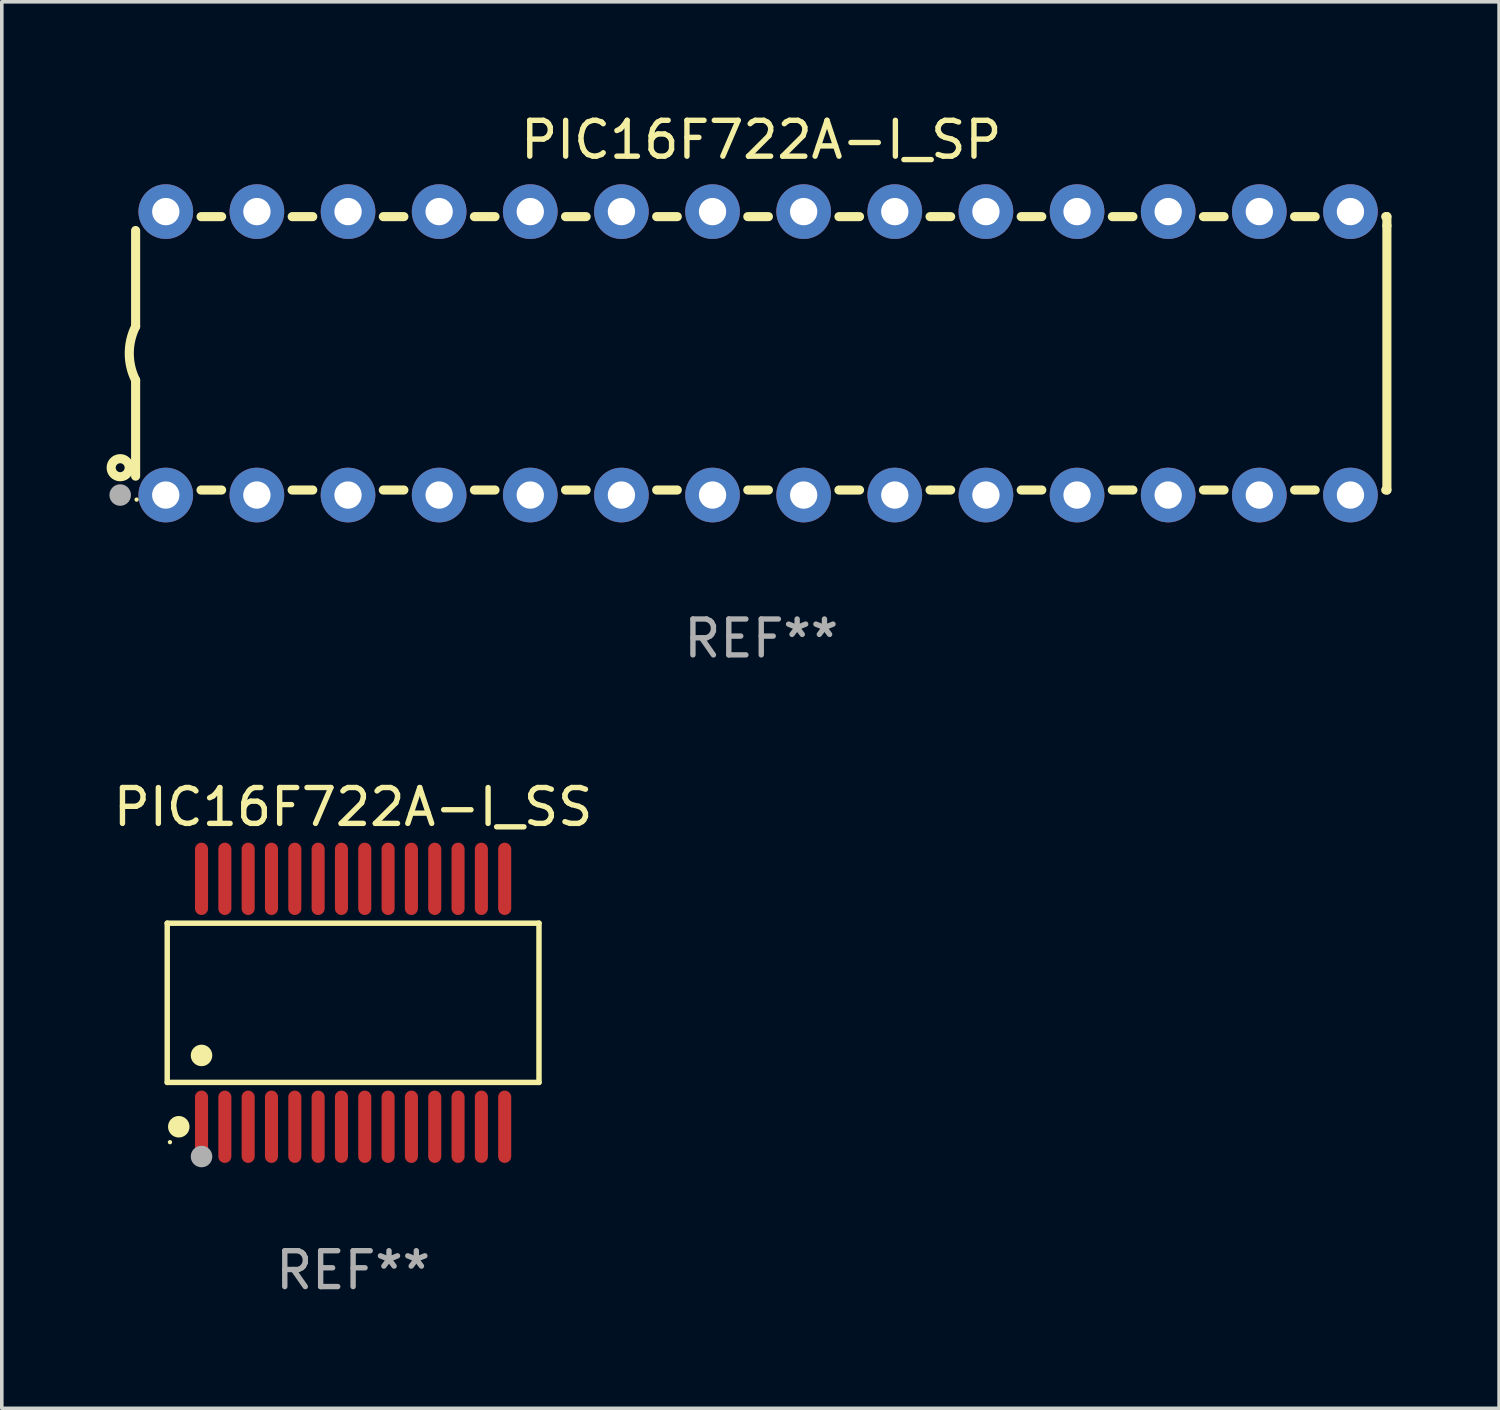
<source format=kicad_pcb>
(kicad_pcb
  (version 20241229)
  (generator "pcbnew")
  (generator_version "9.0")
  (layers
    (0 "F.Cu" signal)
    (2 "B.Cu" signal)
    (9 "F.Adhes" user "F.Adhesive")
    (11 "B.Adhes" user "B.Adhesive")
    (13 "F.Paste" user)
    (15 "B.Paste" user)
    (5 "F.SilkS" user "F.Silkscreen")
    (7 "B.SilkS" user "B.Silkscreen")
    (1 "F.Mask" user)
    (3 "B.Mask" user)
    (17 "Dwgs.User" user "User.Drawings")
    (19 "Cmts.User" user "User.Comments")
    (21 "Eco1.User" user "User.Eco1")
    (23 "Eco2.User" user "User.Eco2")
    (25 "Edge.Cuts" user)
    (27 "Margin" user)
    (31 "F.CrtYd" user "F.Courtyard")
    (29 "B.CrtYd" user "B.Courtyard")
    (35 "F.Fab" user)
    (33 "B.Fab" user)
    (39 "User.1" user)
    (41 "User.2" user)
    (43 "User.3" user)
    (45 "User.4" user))
  (footprint "PIC16F722A-I_SP"
    (layer "F.Cu")
    (at 18.168 6.798)
    (property "Reference" "PIC16F722A-I_SP" (at 0 -5.95 0) (layer "F.SilkS") (effects (font (size 1 1) (thickness 0.15))))
    (attr through_hole)
    (fp_line (start -17.438 0.75) (end -17.438 3.423) (stroke (width 0.254) (type solid)) (layer "F.SilkS"))
    (fp_line (start -17.438 -3.423) (end -17.438 -0.75) (stroke (width 0.254) (type solid)) (layer "F.SilkS"))
    (fp_line (start -15.615 3.81) (end -15.041 3.81) (stroke (width 0.254) (type solid)) (layer "F.SilkS"))
    (fp_line (start -15.041 -3.81) (end -15.614 -3.81) (stroke (width 0.254) (type solid)) (layer "F.SilkS"))
    (fp_line (start -13.075 3.81) (end -12.501 3.81) (stroke (width 0.254) (type solid)) (layer "F.SilkS"))
    (fp_line (start -12.501 -3.81) (end -13.074 -3.81) (stroke (width 0.254) (type solid)) (layer "F.SilkS"))
    (fp_line (start -10.535 3.81) (end -9.961 3.81) (stroke (width 0.254) (type solid)) (layer "F.SilkS"))
    (fp_line (start -9.961 -3.81) (end -10.534 -3.81) (stroke (width 0.254) (type solid)) (layer "F.SilkS"))
    (fp_line (start -7.995 3.81) (end -7.421 3.81) (stroke (width 0.254) (type solid)) (layer "F.SilkS"))
    (fp_line (start -7.421 -3.81) (end -7.995 -3.81) (stroke (width 0.254) (type solid)) (layer "F.SilkS"))
    (fp_line (start -5.455 3.81) (end -4.881 3.81) (stroke (width 0.254) (type solid)) (layer "F.SilkS"))
    (fp_line (start -4.881 -3.81) (end -5.455 -3.81) (stroke (width 0.254) (type solid)) (layer "F.SilkS"))
    (fp_line (start -2.915 3.81) (end -2.341 3.81) (stroke (width 0.254) (type solid)) (layer "F.SilkS"))
    (fp_line (start -2.341 -3.81) (end -2.915 -3.81) (stroke (width 0.254) (type solid)) (layer "F.SilkS"))
    (fp_line (start -0.375 3.81) (end 0.199 3.81) (stroke (width 0.254) (type solid)) (layer "F.SilkS"))
    (fp_line (start 0.199 -3.81) (end -0.375 -3.81) (stroke (width 0.254) (type solid)) (layer "F.SilkS"))
    (fp_line (start 2.165 3.81) (end 2.739 3.81) (stroke (width 0.254) (type solid)) (layer "F.SilkS"))
    (fp_line (start 2.739 -3.81) (end 2.165 -3.81) (stroke (width 0.254) (type solid)) (layer "F.SilkS"))
    (fp_line (start 4.705 3.81) (end 5.279 3.81) (stroke (width 0.254) (type solid)) (layer "F.SilkS"))
    (fp_line (start 5.279 -3.81) (end 4.705 -3.81) (stroke (width 0.254) (type solid)) (layer "F.SilkS"))
    (fp_line (start 7.245 3.81) (end 7.819 3.81) (stroke (width 0.254) (type solid)) (layer "F.SilkS"))
    (fp_line (start 7.819 -3.81) (end 7.245 -3.81) (stroke (width 0.254) (type solid)) (layer "F.SilkS"))
    (fp_line (start 9.785 3.81) (end 10.359 3.81) (stroke (width 0.254) (type solid)) (layer "F.SilkS"))
    (fp_line (start 10.359 -3.81) (end 9.785 -3.81) (stroke (width 0.254) (type solid)) (layer "F.SilkS"))
    (fp_line (start 12.325 3.81) (end 12.899 3.81) (stroke (width 0.254) (type solid)) (layer "F.SilkS"))
    (fp_line (start 12.899 -3.81) (end 12.325 -3.81) (stroke (width 0.254) (type solid)) (layer "F.SilkS"))
    (fp_line (start 14.865 3.81) (end 15.439 3.81) (stroke (width 0.254) (type solid)) (layer "F.SilkS"))
    (fp_line (start 15.439 -3.81) (end 14.865 -3.81) (stroke (width 0.254) (type solid)) (layer "F.SilkS"))
    (fp_line (start 17.405 3.81) (end 17.438 3.81) (stroke (width 0.254) (type solid)) (layer "F.SilkS"))
    (fp_line (start 17.438 -3.81) (end 17.405 -3.81) (stroke (width 0.254) (type solid)) (layer "F.SilkS"))
    (fp_line (start 17.438 -3.556) (end 17.438 -3.81) (stroke (width 0.254) (type solid)) (layer "F.SilkS"))
    (fp_line (start 17.438 3.81) (end 17.438 -3.556) (stroke (width 0.254) (type solid)) (layer "F.SilkS"))
    (fp_arc (start -17.437986 0.749657) (mid -17.614887 -0.000024) (end -17.437783 -0.749657) (stroke (width 0.254001) (type solid)) (layer "F.SilkS"))
    (fp_circle (center -17.868 3.188) (end -17.743 3.188) (stroke (width 0.254) (type solid)) (fill no) (layer "F.SilkS"))
    (fp_circle (center -17.411 4.077) (end -17.381 4.077) (stroke (width 0.06) (type solid)) (fill no) (layer "F.SilkS"))
    (fp_circle (center -17.868 3.95) (end -17.718 3.95) (stroke (width 0.3) (type solid)) (fill no) (layer "F.Fab"))
    (fp_text user "REF**" (at 0 7.95 0) (layer "F.Fab") (effects (font (size 1 1) (thickness 0.15))))
    (pad "1" thru_hole circle (at -16.598 3.95) (size 1.524 1.524) (drill 0.762) (layers "*.Cu" "*.Mask"))
    (pad "2" thru_hole circle (at -14.058 3.95) (size 1.524 1.524) (drill 0.762) (layers "*.Cu" "*.Mask"))
    (pad "3" thru_hole circle (at -11.518 3.95) (size 1.524 1.524) (drill 0.762) (layers "*.Cu" "*.Mask"))
    (pad "4" thru_hole circle (at -8.978 3.95) (size 1.524 1.524) (drill 0.762) (layers "*.Cu" "*.Mask"))
    (pad "5" thru_hole circle (at -6.438 3.95) (size 1.524 1.524) (drill 0.762) (layers "*.Cu" "*.Mask"))
    (pad "6" thru_hole circle (at -3.898 3.95) (size 1.524 1.524) (drill 0.762) (layers "*.Cu" "*.Mask"))
    (pad "7" thru_hole circle (at -1.358 3.95) (size 1.524 1.524) (drill 0.762) (layers "*.Cu" "*.Mask"))
    (pad "8" thru_hole circle (at 1.182 3.95) (size 1.524 1.524) (drill 0.762) (layers "*.Cu" "*.Mask"))
    (pad "9" thru_hole circle (at 3.722 3.95) (size 1.524 1.524) (drill 0.762) (layers "*.Cu" "*.Mask"))
    (pad "10" thru_hole circle (at 6.262 3.95) (size 1.524 1.524) (drill 0.762) (layers "*.Cu" "*.Mask"))
    (pad "11" thru_hole circle (at 8.802 3.95) (size 1.524 1.524) (drill 0.762) (layers "*.Cu" "*.Mask"))
    (pad "12" thru_hole circle (at 11.342 3.95) (size 1.524 1.524) (drill 0.762) (layers "*.Cu" "*.Mask"))
    (pad "13" thru_hole circle (at 13.882 3.95) (size 1.524 1.524) (drill 0.762) (layers "*.Cu" "*.Mask"))
    (pad "14" thru_hole circle (at 16.422 3.95) (size 1.524 1.524) (drill 0.762) (layers "*.Cu" "*.Mask"))
    (pad "15" thru_hole circle (at 16.422 -3.95) (size 1.524 1.524) (drill 0.762) (layers "*.Cu" "*.Mask"))
    (pad "16" thru_hole circle (at 13.882 -3.95) (size 1.524 1.524) (drill 0.762) (layers "*.Cu" "*.Mask"))
    (pad "17" thru_hole circle (at 11.342 -3.95) (size 1.524 1.524) (drill 0.762) (layers "*.Cu" "*.Mask"))
    (pad "18" thru_hole circle (at 8.802 -3.95) (size 1.524 1.524) (drill 0.762) (layers "*.Cu" "*.Mask"))
    (pad "19" thru_hole circle (at 6.262 -3.95) (size 1.524 1.524) (drill 0.762) (layers "*.Cu" "*.Mask"))
    (pad "20" thru_hole circle (at 3.722 -3.95) (size 1.524 1.524) (drill 0.762) (layers "*.Cu" "*.Mask"))
    (pad "21" thru_hole circle (at 1.182 -3.95) (size 1.524 1.524) (drill 0.762) (layers "*.Cu" "*.Mask"))
    (pad "22" thru_hole circle (at -1.358 -3.95) (size 1.524 1.524) (drill 0.762) (layers "*.Cu" "*.Mask"))
    (pad "23" thru_hole circle (at -3.898 -3.95) (size 1.524 1.524) (drill 0.762) (layers "*.Cu" "*.Mask"))
    (pad "24" thru_hole circle (at -6.438 -3.95) (size 1.524 1.524) (drill 0.762) (layers "*.Cu" "*.Mask"))
    (pad "25" thru_hole circle (at -8.978 -3.95) (size 1.524 1.524) (drill 0.762) (layers "*.Cu" "*.Mask"))
    (pad "26" thru_hole circle (at -11.517 -3.95) (size 1.524 1.524) (drill 0.762) (layers "*.Cu" "*.Mask"))
    (pad "27" thru_hole circle (at -14.057 -3.95) (size 1.524 1.524) (drill 0.762) (layers "*.Cu" "*.Mask"))
    (pad "28" thru_hole circle (at -16.597 -3.95) (size 1.524 1.524) (drill 0.762) (layers "*.Cu" "*.Mask")))
  (footprint "PIC16F722A-I_SS"
    (layer "F.Cu")
    (at 6.792 24.9)
    (property "Reference" "PIC16F722A-I_SS" (at 0 -5.455 0) (layer "F.SilkS") (effects (font (size 1 1) (thickness 0.15))))
    (attr through_hole)
    (fp_line (start -5.181 -2.219) (end 5.181 -2.219) (stroke (width 0.152) (type solid)) (layer "F.SilkS"))
    (fp_line (start -5.181 2.219) (end -5.181 -2.219) (stroke (width 0.152) (type solid)) (layer "F.SilkS"))
    (fp_line (start 5.181 -2.219) (end 5.181 2.219) (stroke (width 0.152) (type solid)) (layer "F.SilkS"))
    (fp_line (start 5.181 2.219) (end -5.181 2.219) (stroke (width 0.152) (type solid)) (layer "F.SilkS"))
    (fp_circle (center -5.105 3.885) (end -5.075 3.885) (stroke (width 0.06) (type solid)) (fill no) (layer "F.SilkS"))
    (fp_circle (center -4.859 3.455) (end -4.709 3.455) (stroke (width 0.3) (type solid)) (fill no) (layer "F.SilkS"))
    (fp_circle (center -4.225 1.467) (end -4.075 1.467) (stroke (width 0.3) (type solid)) (fill no) (layer "F.SilkS"))
    (fp_circle (center -4.225 4.285) (end -4.075 4.285) (stroke (width 0.3) (type solid)) (fill no) (layer "F.Fab"))
    (fp_text user "REF**" (at 0 7.455 0) (layer "F.Fab") (effects (font (size 1 1) (thickness 0.15))))
    (pad "1" smd oval (at -4.225 3.455) (size 0.364 2.015) (layers "F.Cu" "F.Mask" "F.Paste"))
    (pad "2" smd oval (at -3.575 3.455) (size 0.364 2.015) (layers "F.Cu" "F.Mask" "F.Paste"))
    (pad "3" smd oval (at -2.925 3.455) (size 0.364 2.015) (layers "F.Cu" "F.Mask" "F.Paste"))
    (pad "4" smd oval (at -2.275 3.455) (size 0.364 2.015) (layers "F.Cu" "F.Mask" "F.Paste"))
    (pad "5" smd oval (at -1.625 3.455) (size 0.364 2.015) (layers "F.Cu" "F.Mask" "F.Paste"))
    (pad "6" smd oval (at -0.975 3.455) (size 0.364 2.015) (layers "F.Cu" "F.Mask" "F.Paste"))
    (pad "7" smd oval (at -0.325 3.455) (size 0.364 2.015) (layers "F.Cu" "F.Mask" "F.Paste"))
    (pad "8" smd oval (at 0.325 3.455) (size 0.364 2.015) (layers "F.Cu" "F.Mask" "F.Paste"))
    (pad "9" smd oval (at 0.975 3.455) (size 0.364 2.015) (layers "F.Cu" "F.Mask" "F.Paste"))
    (pad "10" smd oval (at 1.625 3.455) (size 0.364 2.015) (layers "F.Cu" "F.Mask" "F.Paste"))
    (pad "11" smd oval (at 2.275 3.455) (size 0.364 2.015) (layers "F.Cu" "F.Mask" "F.Paste"))
    (pad "12" smd oval (at 2.925 3.455) (size 0.364 2.015) (layers "F.Cu" "F.Mask" "F.Paste"))
    (pad "13" smd oval (at 3.575 3.455) (size 0.364 2.015) (layers "F.Cu" "F.Mask" "F.Paste"))
    (pad "14" smd oval (at 4.225 3.455) (size 0.364 2.015) (layers "F.Cu" "F.Mask" "F.Paste"))
    (pad "15" smd oval (at 4.225 -3.455) (size 0.364 2.015) (layers "F.Cu" "F.Mask" "F.Paste"))
    (pad "16" smd oval (at 3.575 -3.455) (size 0.364 2.015) (layers "F.Cu" "F.Mask" "F.Paste"))
    (pad "17" smd oval (at 2.925 -3.455) (size 0.364 2.015) (layers "F.Cu" "F.Mask" "F.Paste"))
    (pad "18" smd oval (at 2.275 -3.455) (size 0.364 2.015) (layers "F.Cu" "F.Mask" "F.Paste"))
    (pad "19" smd oval (at 1.625 -3.455) (size 0.364 2.015) (layers "F.Cu" "F.Mask" "F.Paste"))
    (pad "20" smd oval (at 0.975 -3.455) (size 0.364 2.015) (layers "F.Cu" "F.Mask" "F.Paste"))
    (pad "21" smd oval (at 0.325 -3.455) (size 0.364 2.015) (layers "F.Cu" "F.Mask" "F.Paste"))
    (pad "22" smd oval (at -0.325 -3.455) (size 0.364 2.015) (layers "F.Cu" "F.Mask" "F.Paste"))
    (pad "23" smd oval (at -0.975 -3.455) (size 0.364 2.015) (layers "F.Cu" "F.Mask" "F.Paste"))
    (pad "24" smd oval (at -1.625 -3.455) (size 0.364 2.015) (layers "F.Cu" "F.Mask" "F.Paste"))
    (pad "25" smd oval (at -2.275 -3.455) (size 0.364 2.015) (layers "F.Cu" "F.Mask" "F.Paste"))
    (pad "26" smd oval (at -2.925 -3.455) (size 0.364 2.015) (layers "F.Cu" "F.Mask" "F.Paste"))
    (pad "27" smd oval (at -3.575 -3.455) (size 0.364 2.015) (layers "F.Cu" "F.Mask" "F.Paste"))
    (pad "28" smd oval (at -4.225 -3.455) (size 0.364 2.015) (layers "F.Cu" "F.Mask" "F.Paste")))
  (gr_rect
    (start -3 -3)
    (end 38.733 36.203)
    (stroke (width 0.1) (type default))
    (fill no)
    (layer "Edge.Cuts")))
</source>
